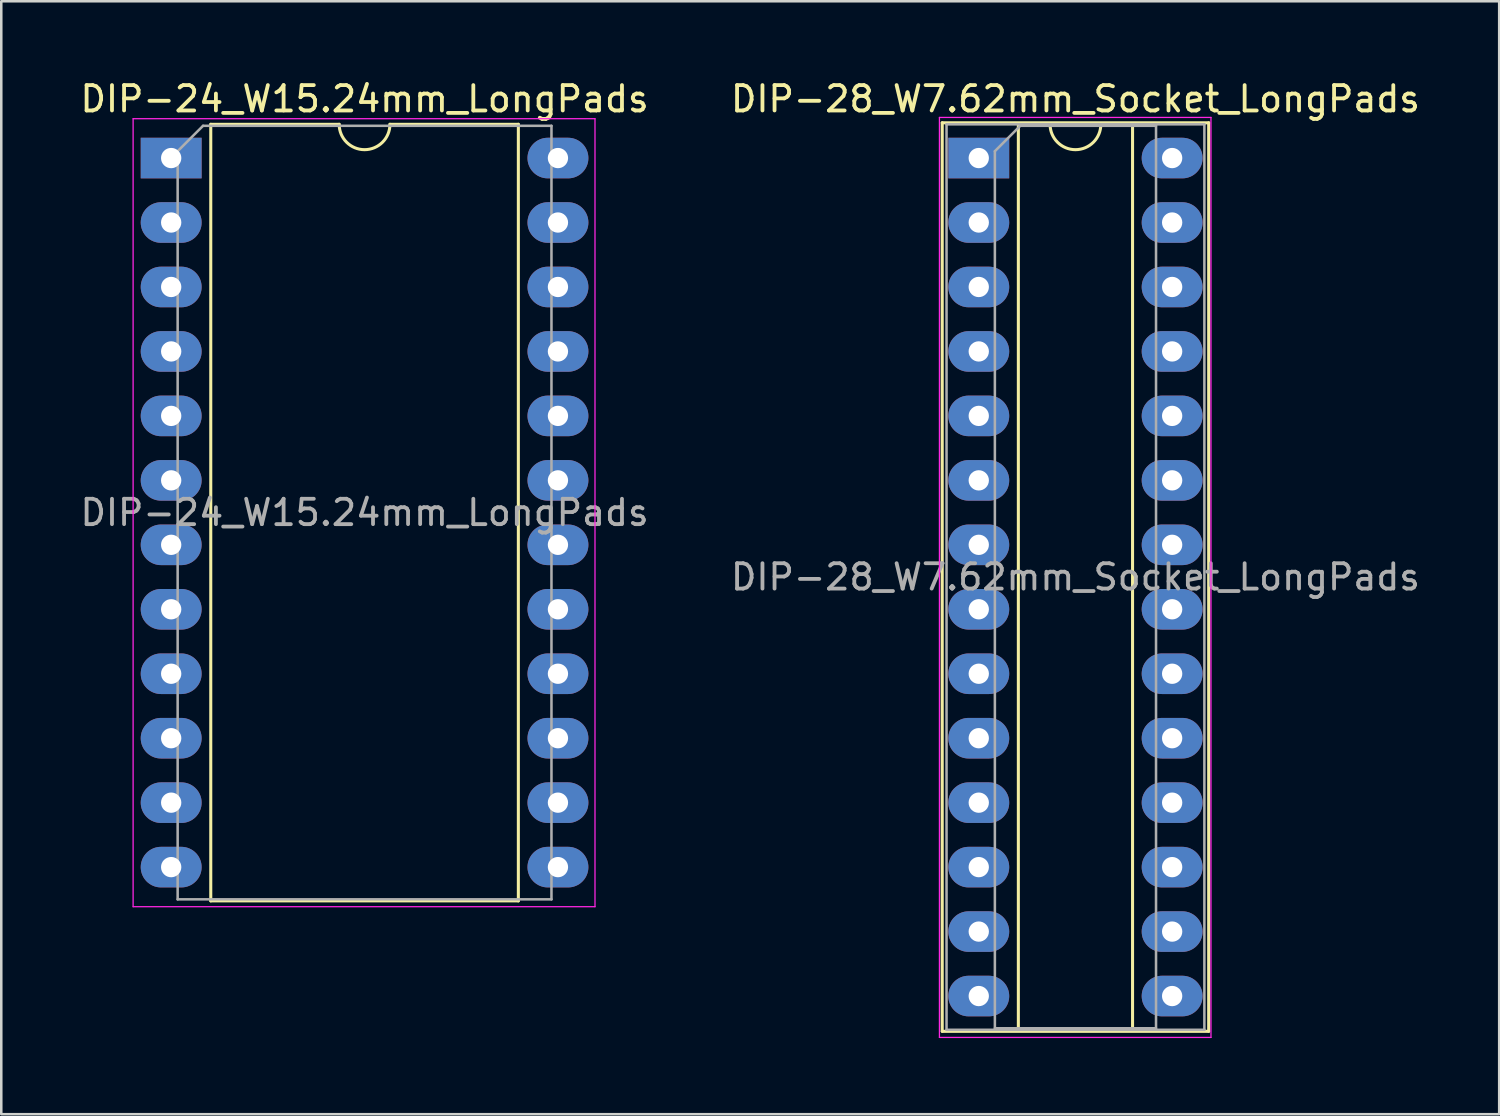
<source format=kicad_pcb>
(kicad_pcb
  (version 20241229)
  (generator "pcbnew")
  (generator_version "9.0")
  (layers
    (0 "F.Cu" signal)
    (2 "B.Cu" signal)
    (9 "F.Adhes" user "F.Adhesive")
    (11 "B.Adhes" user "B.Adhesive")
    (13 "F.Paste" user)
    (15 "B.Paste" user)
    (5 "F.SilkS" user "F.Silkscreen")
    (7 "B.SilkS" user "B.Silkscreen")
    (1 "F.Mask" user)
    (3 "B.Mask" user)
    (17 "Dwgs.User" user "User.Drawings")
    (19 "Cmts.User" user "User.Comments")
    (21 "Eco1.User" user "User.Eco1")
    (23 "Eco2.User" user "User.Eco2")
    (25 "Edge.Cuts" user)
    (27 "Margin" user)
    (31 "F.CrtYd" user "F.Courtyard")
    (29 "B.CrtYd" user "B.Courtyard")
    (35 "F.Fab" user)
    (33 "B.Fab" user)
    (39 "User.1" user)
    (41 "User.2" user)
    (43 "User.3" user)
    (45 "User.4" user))
  (footprint "DIP-24_W15.24mm_LongPads"
    (layer "F.Cu")
    (at 3.695 3.178)
    (property "Reference" "DIP-24_W15.24mm_LongPads" (at 7.62 -2.33 0) (layer "F.SilkS") (effects (font (size 1 1) (thickness 0.15))))
    (attr through_hole)
    (fp_line (start 1.56 -1.33) (end 1.56 29.27) (stroke (width 0.12) (type solid)) (layer "F.SilkS"))
    (fp_line (start 1.56 29.27) (end 13.68 29.27) (stroke (width 0.12) (type solid)) (layer "F.SilkS"))
    (fp_line (start 6.62 -1.33) (end 1.56 -1.33) (stroke (width 0.12) (type solid)) (layer "F.SilkS"))
    (fp_line (start 13.68 -1.33) (end 8.62 -1.33) (stroke (width 0.12) (type solid)) (layer "F.SilkS"))
    (fp_line (start 13.68 29.27) (end 13.68 -1.33) (stroke (width 0.12) (type solid)) (layer "F.SilkS"))
    (fp_arc (start 8.62 -1.33) (mid 7.62 -0.33) (end 6.62 -1.33) (stroke (width 0.12) (type solid)) (layer "F.SilkS"))
    (fp_line (start -1.5 -1.55) (end -1.5 29.5) (stroke (width 0.05) (type solid)) (layer "F.CrtYd"))
    (fp_line (start -1.5 29.5) (end 16.7 29.5) (stroke (width 0.05) (type solid)) (layer "F.CrtYd"))
    (fp_line (start 16.7 -1.55) (end -1.5 -1.55) (stroke (width 0.05) (type solid)) (layer "F.CrtYd"))
    (fp_line (start 16.7 29.5) (end 16.7 -1.55) (stroke (width 0.05) (type solid)) (layer "F.CrtYd"))
    (fp_line (start 0.255 -0.27) (end 1.255 -1.27) (stroke (width 0.1) (type solid)) (layer "F.Fab"))
    (fp_line (start 0.255 29.21) (end 0.255 -0.27) (stroke (width 0.1) (type solid)) (layer "F.Fab"))
    (fp_line (start 1.255 -1.27) (end 14.985 -1.27) (stroke (width 0.1) (type solid)) (layer "F.Fab"))
    (fp_line (start 14.985 -1.27) (end 14.985 29.21) (stroke (width 0.1) (type solid)) (layer "F.Fab"))
    (fp_line (start 14.985 29.21) (end 0.255 29.21) (stroke (width 0.1) (type solid)) (layer "F.Fab"))
    (fp_text user "${REFERENCE}" (at 7.62 13.97 0) (layer "F.Fab") (effects (font (size 1 1) (thickness 0.15))))
    (pad "1" thru_hole rect (at 0 0) (size 2.4 1.6) (drill 0.8) (layers "*.Cu" "*.Mask"))
    (pad "2" thru_hole oval (at 0 2.54) (size 2.4 1.6) (drill 0.8) (layers "*.Cu" "*.Mask"))
    (pad "3" thru_hole oval (at 0 5.08) (size 2.4 1.6) (drill 0.8) (layers "*.Cu" "*.Mask"))
    (pad "4" thru_hole oval (at 0 7.62) (size 2.4 1.6) (drill 0.8) (layers "*.Cu" "*.Mask"))
    (pad "5" thru_hole oval (at 0 10.16) (size 2.4 1.6) (drill 0.8) (layers "*.Cu" "*.Mask"))
    (pad "6" thru_hole oval (at 0 12.7) (size 2.4 1.6) (drill 0.8) (layers "*.Cu" "*.Mask"))
    (pad "7" thru_hole oval (at 0 15.24) (size 2.4 1.6) (drill 0.8) (layers "*.Cu" "*.Mask"))
    (pad "8" thru_hole oval (at 0 17.78) (size 2.4 1.6) (drill 0.8) (layers "*.Cu" "*.Mask"))
    (pad "9" thru_hole oval (at 0 20.32) (size 2.4 1.6) (drill 0.8) (layers "*.Cu" "*.Mask"))
    (pad "10" thru_hole oval (at 0 22.86) (size 2.4 1.6) (drill 0.8) (layers "*.Cu" "*.Mask"))
    (pad "11" thru_hole oval (at 0 25.4) (size 2.4 1.6) (drill 0.8) (layers "*.Cu" "*.Mask"))
    (pad "12" thru_hole oval (at 0 27.94) (size 2.4 1.6) (drill 0.8) (layers "*.Cu" "*.Mask"))
    (pad "13" thru_hole oval (at 15.24 27.94) (size 2.4 1.6) (drill 0.8) (layers "*.Cu" "*.Mask"))
    (pad "14" thru_hole oval (at 15.24 25.4) (size 2.4 1.6) (drill 0.8) (layers "*.Cu" "*.Mask"))
    (pad "15" thru_hole oval (at 15.24 22.86) (size 2.4 1.6) (drill 0.8) (layers "*.Cu" "*.Mask"))
    (pad "16" thru_hole oval (at 15.24 20.32) (size 2.4 1.6) (drill 0.8) (layers "*.Cu" "*.Mask"))
    (pad "17" thru_hole oval (at 15.24 17.78) (size 2.4 1.6) (drill 0.8) (layers "*.Cu" "*.Mask"))
    (pad "18" thru_hole oval (at 15.24 15.24) (size 2.4 1.6) (drill 0.8) (layers "*.Cu" "*.Mask"))
    (pad "19" thru_hole oval (at 15.24 12.7) (size 2.4 1.6) (drill 0.8) (layers "*.Cu" "*.Mask"))
    (pad "20" thru_hole oval (at 15.24 10.16) (size 2.4 1.6) (drill 0.8) (layers "*.Cu" "*.Mask"))
    (pad "21" thru_hole oval (at 15.24 7.62) (size 2.4 1.6) (drill 0.8) (layers "*.Cu" "*.Mask"))
    (pad "22" thru_hole oval (at 15.24 5.08) (size 2.4 1.6) (drill 0.8) (layers "*.Cu" "*.Mask"))
    (pad "23" thru_hole oval (at 15.24 2.54) (size 2.4 1.6) (drill 0.8) (layers "*.Cu" "*.Mask"))
    (pad "24" thru_hole oval (at 15.24 0) (size 2.4 1.6) (drill 0.8) (layers "*.Cu" "*.Mask")))
  (footprint "DIP-28_W7.62mm_Socket_LongPads"
    (layer "F.Cu")
    (at 35.517 3.178)
    (property "Reference" "DIP-28_W7.62mm_Socket_LongPads" (at 3.81 -2.33 0) (layer "F.SilkS") (effects (font (size 1 1) (thickness 0.15))))
    (attr through_hole)
    (fp_line (start -1.44 -1.39) (end -1.44 34.41) (stroke (width 0.12) (type solid)) (layer "F.SilkS"))
    (fp_line (start -1.44 34.41) (end 9.06 34.41) (stroke (width 0.12) (type solid)) (layer "F.SilkS"))
    (fp_line (start 1.56 -1.33) (end 1.56 34.35) (stroke (width 0.12) (type solid)) (layer "F.SilkS"))
    (fp_line (start 1.56 34.35) (end 6.06 34.35) (stroke (width 0.12) (type solid)) (layer "F.SilkS"))
    (fp_line (start 2.81 -1.33) (end 1.56 -1.33) (stroke (width 0.12) (type solid)) (layer "F.SilkS"))
    (fp_line (start 6.06 -1.33) (end 4.81 -1.33) (stroke (width 0.12) (type solid)) (layer "F.SilkS"))
    (fp_line (start 6.06 34.35) (end 6.06 -1.33) (stroke (width 0.12) (type solid)) (layer "F.SilkS"))
    (fp_line (start 9.06 -1.39) (end -1.44 -1.39) (stroke (width 0.12) (type solid)) (layer "F.SilkS"))
    (fp_line (start 9.06 34.41) (end 9.06 -1.39) (stroke (width 0.12) (type solid)) (layer "F.SilkS"))
    (fp_arc (start 4.81 -1.33) (mid 3.81 -0.33) (end 2.81 -1.33) (stroke (width 0.12) (type solid)) (layer "F.SilkS"))
    (fp_line (start -1.55 -1.6) (end -1.55 34.65) (stroke (width 0.05) (type solid)) (layer "F.CrtYd"))
    (fp_line (start -1.55 34.65) (end 9.15 34.65) (stroke (width 0.05) (type solid)) (layer "F.CrtYd"))
    (fp_line (start 9.15 -1.6) (end -1.55 -1.6) (stroke (width 0.05) (type solid)) (layer "F.CrtYd"))
    (fp_line (start 9.15 34.65) (end 9.15 -1.6) (stroke (width 0.05) (type solid)) (layer "F.CrtYd"))
    (fp_line (start -1.27 -1.33) (end -1.27 34.35) (stroke (width 0.1) (type solid)) (layer "F.Fab"))
    (fp_line (start -1.27 34.35) (end 8.89 34.35) (stroke (width 0.1) (type solid)) (layer "F.Fab"))
    (fp_line (start 0.635 -0.27) (end 1.635 -1.27) (stroke (width 0.1) (type solid)) (layer "F.Fab"))
    (fp_line (start 0.635 34.29) (end 0.635 -0.27) (stroke (width 0.1) (type solid)) (layer "F.Fab"))
    (fp_line (start 1.635 -1.27) (end 6.985 -1.27) (stroke (width 0.1) (type solid)) (layer "F.Fab"))
    (fp_line (start 6.985 -1.27) (end 6.985 34.29) (stroke (width 0.1) (type solid)) (layer "F.Fab"))
    (fp_line (start 6.985 34.29) (end 0.635 34.29) (stroke (width 0.1) (type solid)) (layer "F.Fab"))
    (fp_line (start 8.89 -1.33) (end -1.27 -1.33) (stroke (width 0.1) (type solid)) (layer "F.Fab"))
    (fp_line (start 8.89 34.35) (end 8.89 -1.33) (stroke (width 0.1) (type solid)) (layer "F.Fab"))
    (fp_text user "${REFERENCE}" (at 3.81 16.51 0) (layer "F.Fab") (effects (font (size 1 1) (thickness 0.15))))
    (pad "1" thru_hole rect (at 0 0) (size 2.4 1.6) (drill 0.8) (layers "*.Cu" "*.Mask"))
    (pad "2" thru_hole oval (at 0 2.54) (size 2.4 1.6) (drill 0.8) (layers "*.Cu" "*.Mask"))
    (pad "3" thru_hole oval (at 0 5.08) (size 2.4 1.6) (drill 0.8) (layers "*.Cu" "*.Mask"))
    (pad "4" thru_hole oval (at 0 7.62) (size 2.4 1.6) (drill 0.8) (layers "*.Cu" "*.Mask"))
    (pad "5" thru_hole oval (at 0 10.16) (size 2.4 1.6) (drill 0.8) (layers "*.Cu" "*.Mask"))
    (pad "6" thru_hole oval (at 0 12.7) (size 2.4 1.6) (drill 0.8) (layers "*.Cu" "*.Mask"))
    (pad "7" thru_hole oval (at 0 15.24) (size 2.4 1.6) (drill 0.8) (layers "*.Cu" "*.Mask"))
    (pad "8" thru_hole oval (at 0 17.78) (size 2.4 1.6) (drill 0.8) (layers "*.Cu" "*.Mask"))
    (pad "9" thru_hole oval (at 0 20.32) (size 2.4 1.6) (drill 0.8) (layers "*.Cu" "*.Mask"))
    (pad "10" thru_hole oval (at 0 22.86) (size 2.4 1.6) (drill 0.8) (layers "*.Cu" "*.Mask"))
    (pad "11" thru_hole oval (at 0 25.4) (size 2.4 1.6) (drill 0.8) (layers "*.Cu" "*.Mask"))
    (pad "12" thru_hole oval (at 0 27.94) (size 2.4 1.6) (drill 0.8) (layers "*.Cu" "*.Mask"))
    (pad "13" thru_hole oval (at 0 30.48) (size 2.4 1.6) (drill 0.8) (layers "*.Cu" "*.Mask"))
    (pad "14" thru_hole oval (at 0 33.02) (size 2.4 1.6) (drill 0.8) (layers "*.Cu" "*.Mask"))
    (pad "15" thru_hole oval (at 7.62 33.02) (size 2.4 1.6) (drill 0.8) (layers "*.Cu" "*.Mask"))
    (pad "16" thru_hole oval (at 7.62 30.48) (size 2.4 1.6) (drill 0.8) (layers "*.Cu" "*.Mask"))
    (pad "17" thru_hole oval (at 7.62 27.94) (size 2.4 1.6) (drill 0.8) (layers "*.Cu" "*.Mask"))
    (pad "18" thru_hole oval (at 7.62 25.4) (size 2.4 1.6) (drill 0.8) (layers "*.Cu" "*.Mask"))
    (pad "19" thru_hole oval (at 7.62 22.86) (size 2.4 1.6) (drill 0.8) (layers "*.Cu" "*.Mask"))
    (pad "20" thru_hole oval (at 7.62 20.32) (size 2.4 1.6) (drill 0.8) (layers "*.Cu" "*.Mask"))
    (pad "21" thru_hole oval (at 7.62 17.78) (size 2.4 1.6) (drill 0.8) (layers "*.Cu" "*.Mask"))
    (pad "22" thru_hole oval (at 7.62 15.24) (size 2.4 1.6) (drill 0.8) (layers "*.Cu" "*.Mask"))
    (pad "23" thru_hole oval (at 7.62 12.7) (size 2.4 1.6) (drill 0.8) (layers "*.Cu" "*.Mask"))
    (pad "24" thru_hole oval (at 7.62 10.16) (size 2.4 1.6) (drill 0.8) (layers "*.Cu" "*.Mask"))
    (pad "25" thru_hole oval (at 7.62 7.62) (size 2.4 1.6) (drill 0.8) (layers "*.Cu" "*.Mask"))
    (pad "26" thru_hole oval (at 7.62 5.08) (size 2.4 1.6) (drill 0.8) (layers "*.Cu" "*.Mask"))
    (pad "27" thru_hole oval (at 7.62 2.54) (size 2.4 1.6) (drill 0.8) (layers "*.Cu" "*.Mask"))
    (pad "28" thru_hole oval (at 7.62 0) (size 2.4 1.6) (drill 0.8) (layers "*.Cu" "*.Mask")))
  (gr_rect
    (start -3 -3)
    (end 56.024 40.853)
    (stroke (width 0.1) (type default))
    (fill no)
    (layer "Edge.Cuts")))
</source>
